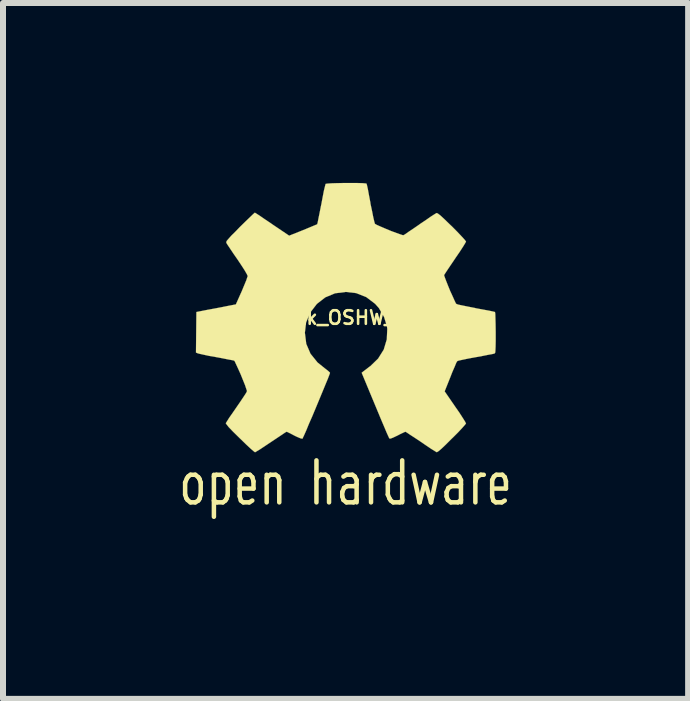
<source format=kicad_pcb>
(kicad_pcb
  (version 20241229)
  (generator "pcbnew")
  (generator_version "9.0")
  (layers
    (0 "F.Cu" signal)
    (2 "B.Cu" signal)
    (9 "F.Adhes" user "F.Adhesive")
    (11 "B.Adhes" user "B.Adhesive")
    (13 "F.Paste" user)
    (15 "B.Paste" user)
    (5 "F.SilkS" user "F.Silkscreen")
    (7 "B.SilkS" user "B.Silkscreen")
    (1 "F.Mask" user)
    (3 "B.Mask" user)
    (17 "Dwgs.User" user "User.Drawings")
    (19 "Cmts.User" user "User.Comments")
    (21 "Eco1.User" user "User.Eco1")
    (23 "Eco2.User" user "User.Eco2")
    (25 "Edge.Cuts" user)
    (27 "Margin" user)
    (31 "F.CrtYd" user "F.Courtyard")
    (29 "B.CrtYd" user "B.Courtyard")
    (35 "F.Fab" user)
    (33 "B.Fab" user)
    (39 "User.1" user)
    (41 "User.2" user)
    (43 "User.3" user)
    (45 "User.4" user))
  (footprint "Logo_silk_OSHW_6x6mm"
    (layer "F.Cu")
    (at 2.717 2.247)
    (property "Reference" "Logo_silk_OSHW_6x6mm" (at 0 0 0) (layer "F.SilkS") (effects (font (size 0.226 0.226) (thickness 0.043))))
    (attr through_hole)
    (fp_line (start -2.68 2.75) (end -2.68 2.95) (stroke (width 0.075) (type solid)) (layer "F.SilkS"))
    (fp_line (start -2.68 2.95) (end -2.66 3.01) (stroke (width 0.075) (type solid)) (layer "F.SilkS"))
    (fp_line (start -2.66 3.01) (end -2.64 3.04) (stroke (width 0.075) (type solid)) (layer "F.SilkS"))
    (fp_line (start -2.65 2.68) (end -2.68 2.75) (stroke (width 0.075) (type solid)) (layer "F.SilkS"))
    (fp_line (start -2.64 3.04) (end -2.59 3.08) (stroke (width 0.075) (type solid)) (layer "F.SilkS"))
    (fp_line (start -2.63 2.65) (end -2.65 2.68) (stroke (width 0.075) (type solid)) (layer "F.SilkS"))
    (fp_line (start -2.59 2.62) (end -2.63 2.65) (stroke (width 0.075) (type solid)) (layer "F.SilkS"))
    (fp_line (start -2.59 3.08) (end -2.51 3.08) (stroke (width 0.075) (type solid)) (layer "F.SilkS"))
    (fp_line (start -2.51 2.62) (end -2.59 2.62) (stroke (width 0.075) (type solid)) (layer "F.SilkS"))
    (fp_line (start -2.51 3.08) (end -2.46 3.05) (stroke (width 0.075) (type solid)) (layer "F.SilkS"))
    (fp_line (start -2.46 2.66) (end -2.51 2.62) (stroke (width 0.075) (type solid)) (layer "F.SilkS"))
    (fp_line (start -2.46 3.05) (end -2.44 3.02) (stroke (width 0.075) (type solid)) (layer "F.SilkS"))
    (fp_line (start -2.44 2.69) (end -2.46 2.66) (stroke (width 0.075) (type solid)) (layer "F.SilkS"))
    (fp_line (start -2.44 3.02) (end -2.42 2.95) (stroke (width 0.075) (type solid)) (layer "F.SilkS"))
    (fp_line (start -2.42 2.75) (end -2.44 2.69) (stroke (width 0.075) (type solid)) (layer "F.SilkS"))
    (fp_line (start -2.42 2.95) (end -2.42 2.75) (stroke (width 0.075) (type solid)) (layer "F.SilkS"))
    (fp_line (start -2.2 2.65) (end -2.16 2.62) (stroke (width 0.075) (type solid)) (layer "F.SilkS"))
    (fp_line (start -2.2 3.32) (end -2.2 2.62) (stroke (width 0.075) (type solid)) (layer "F.SilkS"))
    (fp_line (start -2.16 2.62) (end -2.06 2.62) (stroke (width 0.075) (type solid)) (layer "F.SilkS"))
    (fp_line (start -2.15 3.08) (end -2.2 3.05) (stroke (width 0.075) (type solid)) (layer "F.SilkS"))
    (fp_line (start -2.06 2.62) (end -2.02 2.65) (stroke (width 0.075) (type solid)) (layer "F.SilkS"))
    (fp_line (start -2.05 3.08) (end -2.15 3.08) (stroke (width 0.075) (type solid)) (layer "F.SilkS"))
    (fp_line (start -2.02 2.65) (end -1.99 2.68) (stroke (width 0.075) (type solid)) (layer "F.SilkS"))
    (fp_line (start -2.01 3.05) (end -2.05 3.08) (stroke (width 0.075) (type solid)) (layer "F.SilkS"))
    (fp_line (start -1.99 2.68) (end -1.97 2.74) (stroke (width 0.075) (type solid)) (layer "F.SilkS"))
    (fp_line (start -1.99 3.02) (end -2.01 3.05) (stroke (width 0.075) (type solid)) (layer "F.SilkS"))
    (fp_line (start -1.97 2.74) (end -1.97 2.96) (stroke (width 0.075) (type solid)) (layer "F.SilkS"))
    (fp_line (start -1.97 2.96) (end -1.99 3.02) (stroke (width 0.075) (type solid)) (layer "F.SilkS"))
    (fp_line (start -1.77 2.71) (end -1.77 2.98) (stroke (width 0.075) (type solid)) (layer "F.SilkS"))
    (fp_line (start -1.77 2.98) (end -1.75 3.05) (stroke (width 0.075) (type solid)) (layer "F.SilkS"))
    (fp_line (start -1.75 3.05) (end -1.71 3.08) (stroke (width 0.075) (type solid)) (layer "F.SilkS"))
    (fp_line (start -1.74 2.65) (end -1.77 2.71) (stroke (width 0.075) (type solid)) (layer "F.SilkS"))
    (fp_line (start -1.71 3.08) (end -1.61 3.08) (stroke (width 0.075) (type solid)) (layer "F.SilkS"))
    (fp_line (start -1.7 2.62) (end -1.74 2.65) (stroke (width 0.075) (type solid)) (layer "F.SilkS"))
    (fp_line (start -1.61 3.08) (end -1.56 3.05) (stroke (width 0.075) (type solid)) (layer "F.SilkS"))
    (fp_line (start -1.6 2.62) (end -1.7 2.62) (stroke (width 0.075) (type solid)) (layer "F.SilkS"))
    (fp_line (start -1.56 2.66) (end -1.6 2.62) (stroke (width 0.075) (type solid)) (layer "F.SilkS"))
    (fp_line (start -1.54 2.73) (end -1.56 2.66) (stroke (width 0.075) (type solid)) (layer "F.SilkS"))
    (fp_line (start -1.54 2.85) (end -1.77 2.85) (stroke (width 0.075) (type solid)) (layer "F.SilkS"))
    (fp_line (start -1.54 2.85) (end -1.54 2.73) (stroke (width 0.075) (type solid)) (layer "F.SilkS"))
    (fp_line (start -1.32 2.62) (end -1.32 3.08) (stroke (width 0.075) (type solid)) (layer "F.SilkS"))
    (fp_line (start -1.32 2.68) (end -1.3 2.65) (stroke (width 0.075) (type solid)) (layer "F.SilkS"))
    (fp_line (start -1.3 2.65) (end -1.26 2.62) (stroke (width 0.075) (type solid)) (layer "F.SilkS"))
    (fp_line (start -1.26 2.62) (end -1.17 2.62) (stroke (width 0.075) (type solid)) (layer "F.SilkS"))
    (fp_line (start -1.17 2.62) (end -1.13 2.65) (stroke (width 0.075) (type solid)) (layer "F.SilkS"))
    (fp_line (start -1.13 2.65) (end -1.11 2.71) (stroke (width 0.075) (type solid)) (layer "F.SilkS"))
    (fp_line (start -1.11 2.71) (end -1.11 3.08) (stroke (width 0.075) (type solid)) (layer "F.SilkS"))
    (fp_line (start -0.49 2.38) (end -0.49 3.08) (stroke (width 0.075) (type solid)) (layer "F.SilkS"))
    (fp_line (start -0.49 2.69) (end -0.47 2.65) (stroke (width 0.075) (type solid)) (layer "F.SilkS"))
    (fp_line (start -0.47 2.65) (end -0.42 2.62) (stroke (width 0.075) (type solid)) (layer "F.SilkS"))
    (fp_line (start -0.42 2.62) (end -0.34 2.62) (stroke (width 0.075) (type solid)) (layer "F.SilkS"))
    (fp_line (start -0.34 2.62) (end -0.3 2.65) (stroke (width 0.075) (type solid)) (layer "F.SilkS"))
    (fp_line (start -0.3 2.65) (end -0.28 2.71) (stroke (width 0.075) (type solid)) (layer "F.SilkS"))
    (fp_line (start -0.28 2.71) (end -0.28 3.08) (stroke (width 0.075) (type solid)) (layer "F.SilkS"))
    (fp_line (start -0.06 2.91) (end -0.06 2.98) (stroke (width 0.075) (type solid)) (layer "F.SilkS"))
    (fp_line (start -0.06 2.98) (end -0.04 3.04) (stroke (width 0.075) (type solid)) (layer "F.SilkS"))
    (fp_line (start -0.04 2.65) (end 0.01 2.62) (stroke (width 0.075) (type solid)) (layer "F.SilkS"))
    (fp_line (start -0.04 3.04) (end 0.01 3.08) (stroke (width 0.075) (type solid)) (layer "F.SilkS"))
    (fp_line (start -0.03 2.84) (end -0.06 2.91) (stroke (width 0.075) (type solid)) (layer "F.SilkS"))
    (fp_line (start 0.01 2.62) (end 0.11 2.62) (stroke (width 0.075) (type solid)) (layer "F.SilkS"))
    (fp_line (start 0.01 3.08) (end 0.13 3.08) (stroke (width 0.075) (type solid)) (layer "F.SilkS"))
    (fp_line (start 0.02 2.81) (end -0.03 2.84) (stroke (width 0.075) (type solid)) (layer "F.SilkS"))
    (fp_line (start 0.11 2.62) (end 0.15 2.65) (stroke (width 0.075) (type solid)) (layer "F.SilkS"))
    (fp_line (start 0.13 3.08) (end 0.18 3.04) (stroke (width 0.075) (type solid)) (layer "F.SilkS"))
    (fp_line (start 0.14 2.81) (end 0.02 2.81) (stroke (width 0.075) (type solid)) (layer "F.SilkS"))
    (fp_line (start 0.15 2.65) (end 0.18 2.71) (stroke (width 0.075) (type solid)) (layer "F.SilkS"))
    (fp_line (start 0.18 2.71) (end 0.18 3.08) (stroke (width 0.075) (type solid)) (layer "F.SilkS"))
    (fp_line (start 0.18 2.78) (end 0.14 2.81) (stroke (width 0.075) (type solid)) (layer "F.SilkS"))
    (fp_line (start 0.42 2.62) (end 0.42 3.08) (stroke (width 0.075) (type solid)) (layer "F.SilkS"))
    (fp_line (start 0.42 2.74) (end 0.44 2.67) (stroke (width 0.075) (type solid)) (layer "F.SilkS"))
    (fp_line (start 0.44 2.67) (end 0.46 2.65) (stroke (width 0.075) (type solid)) (layer "F.SilkS"))
    (fp_line (start 0.46 2.65) (end 0.51 2.62) (stroke (width 0.075) (type solid)) (layer "F.SilkS"))
    (fp_line (start 0.51 2.62) (end 0.56 2.62) (stroke (width 0.075) (type solid)) (layer "F.SilkS"))
    (fp_line (start 0.7 2.75) (end 0.73 2.68) (stroke (width 0.075) (type solid)) (layer "F.SilkS"))
    (fp_line (start 0.7 2.95) (end 0.7 2.75) (stroke (width 0.075) (type solid)) (layer "F.SilkS"))
    (fp_line (start 0.73 2.68) (end 0.75 2.65) (stroke (width 0.075) (type solid)) (layer "F.SilkS"))
    (fp_line (start 0.73 3.02) (end 0.7 2.95) (stroke (width 0.075) (type solid)) (layer "F.SilkS"))
    (fp_line (start 0.75 2.65) (end 0.81 2.61) (stroke (width 0.075) (type solid)) (layer "F.SilkS"))
    (fp_line (start 0.75 3.05) (end 0.73 3.02) (stroke (width 0.075) (type solid)) (layer "F.SilkS"))
    (fp_line (start 0.79 3.08) (end 0.75 3.05) (stroke (width 0.075) (type solid)) (layer "F.SilkS"))
    (fp_line (start 0.81 2.61) (end 0.88 2.61) (stroke (width 0.075) (type solid)) (layer "F.SilkS"))
    (fp_line (start 0.88 2.61) (end 0.94 2.65) (stroke (width 0.075) (type solid)) (layer "F.SilkS"))
    (fp_line (start 0.9 3.08) (end 0.79 3.08) (stroke (width 0.075) (type solid)) (layer "F.SilkS"))
    (fp_line (start 0.94 2.38) (end 0.94 3.08) (stroke (width 0.075) (type solid)) (layer "F.SilkS"))
    (fp_line (start 0.94 3.05) (end 0.9 3.08) (stroke (width 0.075) (type solid)) (layer "F.SilkS"))
    (fp_line (start 1.13 2.62) (end 1.23 3.08) (stroke (width 0.075) (type solid)) (layer "F.SilkS"))
    (fp_line (start 1.23 3.08) (end 1.32 2.74) (stroke (width 0.075) (type solid)) (layer "F.SilkS"))
    (fp_line (start 1.32 2.74) (end 1.42 3.08) (stroke (width 0.075) (type solid)) (layer "F.SilkS"))
    (fp_line (start 1.42 3.08) (end 1.52 2.62) (stroke (width 0.075) (type solid)) (layer "F.SilkS"))
    (fp_line (start 1.68 2.91) (end 1.68 2.98) (stroke (width 0.075) (type solid)) (layer "F.SilkS"))
    (fp_line (start 1.68 2.98) (end 1.7 3.04) (stroke (width 0.075) (type solid)) (layer "F.SilkS"))
    (fp_line (start 1.7 2.65) (end 1.75 2.62) (stroke (width 0.075) (type solid)) (layer "F.SilkS"))
    (fp_line (start 1.7 3.04) (end 1.75 3.08) (stroke (width 0.075) (type solid)) (layer "F.SilkS"))
    (fp_line (start 1.71 2.84) (end 1.68 2.91) (stroke (width 0.075) (type solid)) (layer "F.SilkS"))
    (fp_line (start 1.75 2.62) (end 1.85 2.62) (stroke (width 0.075) (type solid)) (layer "F.SilkS"))
    (fp_line (start 1.75 3.08) (end 1.87 3.08) (stroke (width 0.075) (type solid)) (layer "F.SilkS"))
    (fp_line (start 1.76 2.81) (end 1.71 2.84) (stroke (width 0.075) (type solid)) (layer "F.SilkS"))
    (fp_line (start 1.85 2.62) (end 1.89 2.65) (stroke (width 0.075) (type solid)) (layer "F.SilkS"))
    (fp_line (start 1.87 3.08) (end 1.92 3.04) (stroke (width 0.075) (type solid)) (layer "F.SilkS"))
    (fp_line (start 1.88 2.81) (end 1.76 2.81) (stroke (width 0.075) (type solid)) (layer "F.SilkS"))
    (fp_line (start 1.89 2.65) (end 1.92 2.71) (stroke (width 0.075) (type solid)) (layer "F.SilkS"))
    (fp_line (start 1.92 2.71) (end 1.92 3.08) (stroke (width 0.075) (type solid)) (layer "F.SilkS"))
    (fp_line (start 1.92 2.78) (end 1.88 2.81) (stroke (width 0.075) (type solid)) (layer "F.SilkS"))
    (fp_line (start 2.16 2.62) (end 2.16 3.08) (stroke (width 0.075) (type solid)) (layer "F.SilkS"))
    (fp_line (start 2.16 2.74) (end 2.18 2.67) (stroke (width 0.075) (type solid)) (layer "F.SilkS"))
    (fp_line (start 2.18 2.67) (end 2.2 2.65) (stroke (width 0.075) (type solid)) (layer "F.SilkS"))
    (fp_line (start 2.2 2.65) (end 2.25 2.62) (stroke (width 0.075) (type solid)) (layer "F.SilkS"))
    (fp_line (start 2.25 2.62) (end 2.3 2.62) (stroke (width 0.075) (type solid)) (layer "F.SilkS"))
    (fp_line (start 2.44 2.71) (end 2.44 2.98) (stroke (width 0.075) (type solid)) (layer "F.SilkS"))
    (fp_line (start 2.44 2.98) (end 2.46 3.05) (stroke (width 0.075) (type solid)) (layer "F.SilkS"))
    (fp_line (start 2.46 3.05) (end 2.5 3.08) (stroke (width 0.075) (type solid)) (layer "F.SilkS"))
    (fp_line (start 2.47 2.65) (end 2.44 2.71) (stroke (width 0.075) (type solid)) (layer "F.SilkS"))
    (fp_line (start 2.5 3.08) (end 2.6 3.08) (stroke (width 0.075) (type solid)) (layer "F.SilkS"))
    (fp_line (start 2.51 2.62) (end 2.47 2.65) (stroke (width 0.075) (type solid)) (layer "F.SilkS"))
    (fp_line (start 2.6 3.08) (end 2.65 3.05) (stroke (width 0.075) (type solid)) (layer "F.SilkS"))
    (fp_line (start 2.61 2.62) (end 2.51 2.62) (stroke (width 0.075) (type solid)) (layer "F.SilkS"))
    (fp_line (start 2.65 2.66) (end 2.61 2.62) (stroke (width 0.075) (type solid)) (layer "F.SilkS"))
    (fp_line (start 2.67 2.73) (end 2.65 2.66) (stroke (width 0.075) (type solid)) (layer "F.SilkS"))
    (fp_line (start 2.67 2.85) (end 2.44 2.85) (stroke (width 0.075) (type solid)) (layer "F.SilkS"))
    (fp_line (start 2.67 2.85) (end 2.67 2.73) (stroke (width 0.075) (type solid)) (layer "F.SilkS"))
    (fp_poly (pts (xy -1.514 2.245) (xy -1.488 2.23) (xy -1.43 2.195) (xy -1.346 2.139) (xy -1.247 2.073) (xy -1.148 2.007) (xy -1.067 1.953) (xy -1.011 1.915) (xy -0.986 1.902) (xy -0.973 1.908) (xy -0.927 1.93) (xy -0.859 1.966) (xy -0.818 1.986) (xy -0.757 2.012) (xy -0.724 2.019) (xy -0.719 2.009) (xy -0.696 1.961) (xy -0.66 1.88) (xy -0.615 1.77) (xy -0.559 1.643) (xy -0.503 1.509) (xy -0.445 1.369) (xy -0.389 1.234) (xy -0.34 1.115) (xy -0.3 1.019) (xy -0.274 0.95) (xy -0.264 0.922) (xy -0.267 0.914) (xy -0.3 0.884) (xy -0.353 0.843) (xy -0.472 0.747) (xy -0.589 0.602) (xy -0.66 0.437) (xy -0.683 0.251) (xy -0.663 0.081) (xy -0.597 -0.081) (xy -0.483 -0.229) (xy -0.343 -0.338) (xy -0.18 -0.406) (xy 0 -0.429) (xy 0.173 -0.409) (xy 0.34 -0.343) (xy 0.488 -0.231) (xy 0.551 -0.16) (xy 0.638 -0.01) (xy 0.686 0.147) (xy 0.691 0.188) (xy 0.683 0.363) (xy 0.632 0.533) (xy 0.538 0.683) (xy 0.409 0.808) (xy 0.394 0.818) (xy 0.335 0.864) (xy 0.295 0.894) (xy 0.264 0.919) (xy 0.488 1.458) (xy 0.523 1.542) (xy 0.584 1.689) (xy 0.638 1.816) (xy 0.681 1.918) (xy 0.711 1.984) (xy 0.724 2.012) (xy 0.724 2.014) (xy 0.744 2.017) (xy 0.785 2.002) (xy 0.861 1.966) (xy 0.909 1.941) (xy 0.968 1.913) (xy 0.993 1.902) (xy 1.016 1.915) (xy 1.069 1.951) (xy 1.151 2.004) (xy 1.247 2.068) (xy 1.339 2.131) (xy 1.422 2.187) (xy 1.483 2.225) (xy 1.514 2.243) (xy 1.519 2.243) (xy 1.544 2.228) (xy 1.593 2.187) (xy 1.666 2.118) (xy 1.77 2.014) (xy 1.786 1.999) (xy 1.872 1.913) (xy 1.941 1.839) (xy 1.986 1.788) (xy 2.004 1.765) (xy 1.989 1.735) (xy 1.951 1.674) (xy 1.895 1.587) (xy 1.826 1.488) (xy 1.648 1.229) (xy 1.745 0.986) (xy 1.775 0.909) (xy 1.814 0.82) (xy 1.841 0.754) (xy 1.857 0.726) (xy 1.882 0.716) (xy 1.951 0.701) (xy 2.047 0.681) (xy 2.162 0.66) (xy 2.273 0.64) (xy 2.372 0.62) (xy 2.443 0.607) (xy 2.477 0.599) (xy 2.484 0.594) (xy 2.492 0.579) (xy 2.494 0.546) (xy 2.497 0.485) (xy 2.499 0.391) (xy 2.499 0.251) (xy 2.499 0.236) (xy 2.497 0.107) (xy 2.494 0) (xy 2.492 -0.066) (xy 2.487 -0.094) (xy 2.456 -0.102) (xy 2.385 -0.117) (xy 2.286 -0.135) (xy 2.167 -0.157) (xy 2.159 -0.16) (xy 2.042 -0.183) (xy 1.943 -0.203) (xy 1.872 -0.218) (xy 1.844 -0.229) (xy 1.836 -0.236) (xy 1.814 -0.282) (xy 1.781 -0.356) (xy 1.74 -0.445) (xy 1.702 -0.538) (xy 1.669 -0.622) (xy 1.646 -0.683) (xy 1.638 -0.711) (xy 1.641 -0.714) (xy 1.659 -0.742) (xy 1.699 -0.803) (xy 1.755 -0.886) (xy 1.824 -0.988) (xy 1.829 -0.996) (xy 1.897 -1.095) (xy 1.953 -1.181) (xy 1.989 -1.24) (xy 2.004 -1.267) (xy 2.004 -1.27) (xy 1.981 -1.3) (xy 1.93 -1.356) (xy 1.857 -1.433) (xy 1.77 -1.521) (xy 1.742 -1.547) (xy 1.643 -1.643) (xy 1.577 -1.704) (xy 1.534 -1.737) (xy 1.514 -1.745) (xy 1.483 -1.727) (xy 1.42 -1.687) (xy 1.336 -1.628) (xy 1.234 -1.56) (xy 1.227 -1.554) (xy 1.128 -1.486) (xy 1.044 -1.43) (xy 0.986 -1.389) (xy 0.958 -1.374) (xy 0.955 -1.374) (xy 0.914 -1.387) (xy 0.843 -1.412) (xy 0.754 -1.445) (xy 0.663 -1.483) (xy 0.579 -1.519) (xy 0.516 -1.547) (xy 0.485 -1.565) (xy 0.475 -1.6) (xy 0.457 -1.676) (xy 0.437 -1.778) (xy 0.411 -1.9) (xy 0.409 -1.92) (xy 0.386 -2.04) (xy 0.368 -2.139) (xy 0.353 -2.207) (xy 0.345 -2.235) (xy 0.33 -2.238) (xy 0.272 -2.243) (xy 0.183 -2.245) (xy 0.074 -2.245) (xy -0.038 -2.245) (xy -0.147 -2.243) (xy -0.241 -2.24) (xy -0.31 -2.235) (xy -0.338 -2.23) (xy -0.338 -2.228) (xy -0.348 -2.189) (xy -0.366 -2.116) (xy -0.386 -2.012) (xy -0.409 -1.89) (xy -0.414 -1.867) (xy -0.437 -1.75) (xy -0.457 -1.651) (xy -0.47 -1.585) (xy -0.478 -1.557) (xy -0.49 -1.552) (xy -0.538 -1.532) (xy -0.617 -1.499) (xy -0.716 -1.458) (xy -0.945 -1.367) (xy -1.227 -1.557) (xy -1.252 -1.575) (xy -1.354 -1.643) (xy -1.435 -1.699) (xy -1.494 -1.737) (xy -1.516 -1.75) (xy -1.519 -1.75) (xy -1.547 -1.725) (xy -1.603 -1.671) (xy -1.679 -1.598) (xy -1.768 -1.511) (xy -1.831 -1.445) (xy -1.91 -1.367) (xy -1.958 -1.313) (xy -1.986 -1.28) (xy -1.994 -1.26) (xy -1.991 -1.245) (xy -1.974 -1.217) (xy -1.933 -1.156) (xy -1.875 -1.069) (xy -1.806 -0.97) (xy -1.75 -0.886) (xy -1.689 -0.792) (xy -1.651 -0.726) (xy -1.636 -0.693) (xy -1.641 -0.681) (xy -1.659 -0.625) (xy -1.694 -0.541) (xy -1.735 -0.442) (xy -1.834 -0.221) (xy -1.979 -0.193) (xy -2.068 -0.175) (xy -2.189 -0.152) (xy -2.309 -0.13) (xy -2.492 -0.094) (xy -2.499 0.582) (xy -2.471 0.594) (xy -2.443 0.602) (xy -2.375 0.617) (xy -2.278 0.638) (xy -2.162 0.658) (xy -2.065 0.676) (xy -1.966 0.696) (xy -1.895 0.709) (xy -1.864 0.716) (xy -1.854 0.726) (xy -1.831 0.775) (xy -1.796 0.851) (xy -1.755 0.942) (xy -1.717 1.036) (xy -1.681 1.125) (xy -1.659 1.191) (xy -1.648 1.224) (xy -1.661 1.252) (xy -1.699 1.311) (xy -1.753 1.392) (xy -1.821 1.491) (xy -1.887 1.587) (xy -1.946 1.671) (xy -1.984 1.732) (xy -2.002 1.76) (xy -1.991 1.778) (xy -1.953 1.826) (xy -1.88 1.902) (xy -1.768 2.012) (xy -1.75 2.029) (xy -1.664 2.113) (xy -1.59 2.182) (xy -1.537 2.228) (xy -1.514 2.245)) (stroke (width 0.003) (type solid)) (fill yes) (layer "F.SilkS")))
  (gr_rect
    (start -3 -3)
    (end 8.425 8.604)
    (stroke (width 0.1) (type default))
    (fill no)
    (layer "Edge.Cuts")))
</source>
